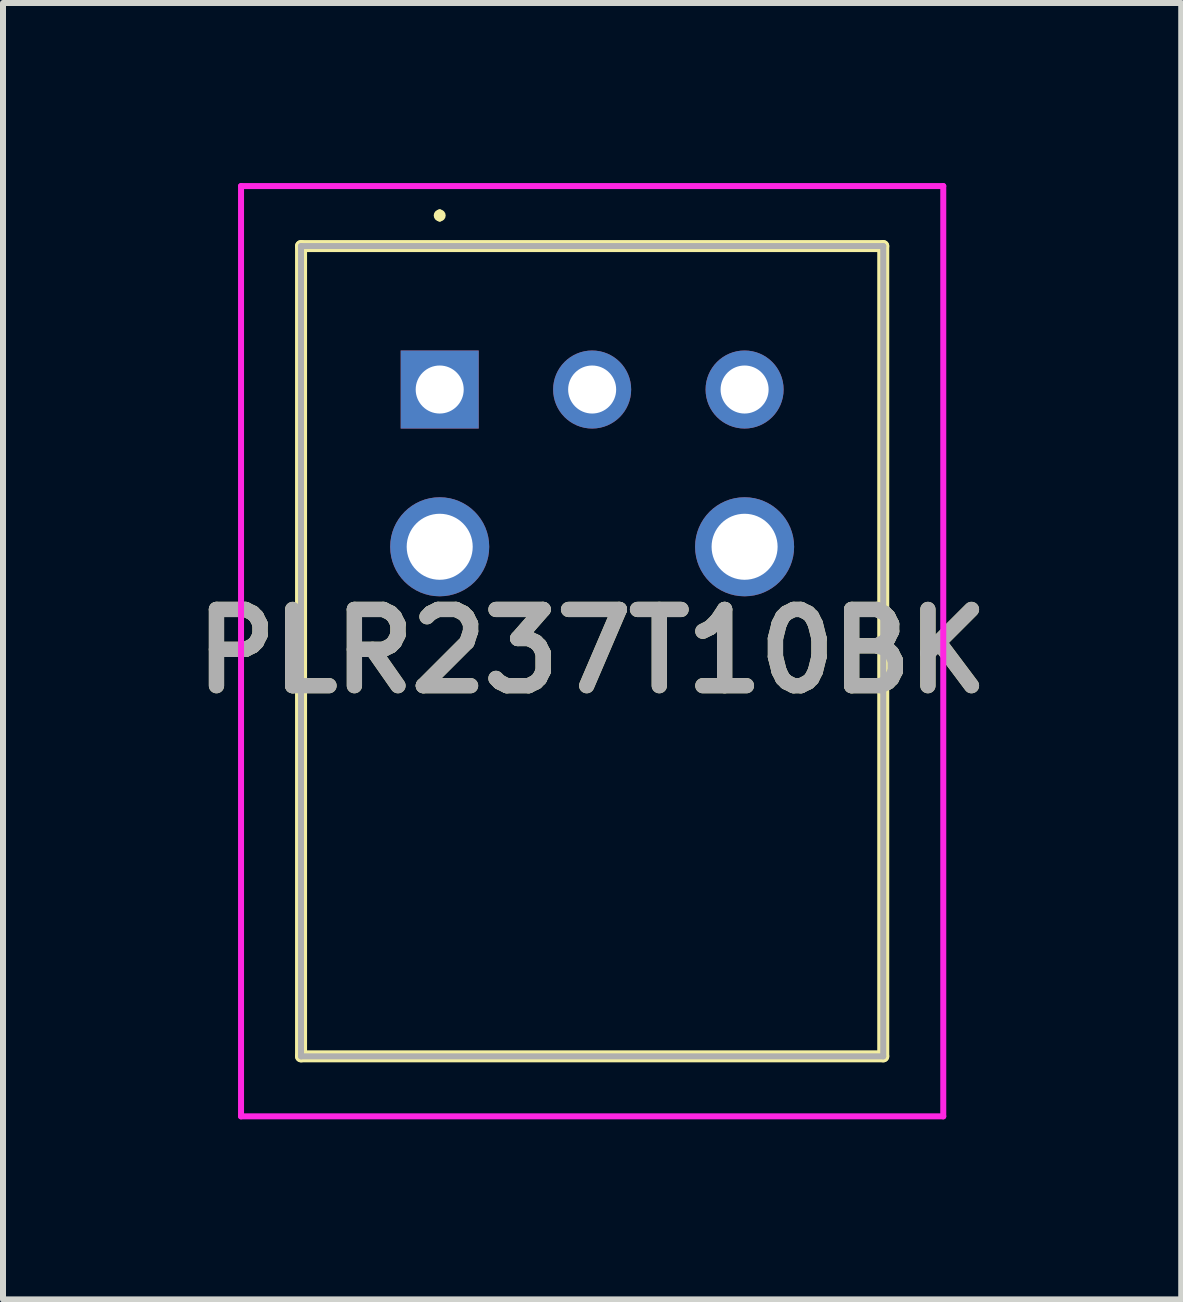
<source format=kicad_pcb>
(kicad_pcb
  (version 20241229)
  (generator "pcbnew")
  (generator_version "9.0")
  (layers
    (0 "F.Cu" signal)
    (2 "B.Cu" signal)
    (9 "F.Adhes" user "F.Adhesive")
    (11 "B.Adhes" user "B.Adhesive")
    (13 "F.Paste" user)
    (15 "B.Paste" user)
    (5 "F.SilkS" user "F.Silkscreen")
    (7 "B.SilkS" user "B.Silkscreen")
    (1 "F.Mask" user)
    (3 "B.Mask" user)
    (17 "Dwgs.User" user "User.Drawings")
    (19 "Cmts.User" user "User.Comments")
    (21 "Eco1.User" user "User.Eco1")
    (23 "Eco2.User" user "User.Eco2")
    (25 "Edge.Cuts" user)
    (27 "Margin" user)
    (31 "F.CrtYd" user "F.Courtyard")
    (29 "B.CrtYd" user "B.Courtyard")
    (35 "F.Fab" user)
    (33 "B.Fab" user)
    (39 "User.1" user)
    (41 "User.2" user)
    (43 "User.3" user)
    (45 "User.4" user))
  (footprint "PLR237T10BK"
    (layer "F.Cu")
    (at 4.276 3.44)
    (property "Reference" "PLR237T10BK" (at 2.54 4.36 0) (layer "F.SilkS") (effects (font (size 1.27 1.27) (thickness 0.254))))
    (attr through_hole)
    (fp_line (start -2.31 -2.39) (end -2.31 11.11) (stroke (width 0.2) (type solid)) (layer "F.SilkS"))
    (fp_line (start -2.31 11.11) (end 7.39 11.11) (stroke (width 0.2) (type solid)) (layer "F.SilkS"))
    (fp_line (start 0 -2.95) (end 0 -2.95) (stroke (width 0.1) (type solid)) (layer "F.SilkS"))
    (fp_line (start 0 -2.85) (end 0 -2.85) (stroke (width 0.1) (type solid)) (layer "F.SilkS"))
    (fp_line (start 7.39 -2.39) (end -2.31 -2.39) (stroke (width 0.2) (type solid)) (layer "F.SilkS"))
    (fp_line (start 7.39 11.11) (end 7.39 -2.39) (stroke (width 0.2) (type solid)) (layer "F.SilkS"))
    (fp_arc (start 0 -2.95) (mid 0.05 -2.9) (end 0 -2.85) (stroke (width 0.1) (type solid)) (layer "F.SilkS"))
    (fp_arc (start 0 -2.85) (mid -0.05 -2.9) (end 0 -2.95) (stroke (width 0.1) (type solid)) (layer "F.SilkS"))
    (fp_line (start -3.31 -3.39) (end -3.31 12.11) (stroke (width 0.1) (type solid)) (layer "F.CrtYd"))
    (fp_line (start -3.31 12.11) (end 8.39 12.11) (stroke (width 0.1) (type solid)) (layer "F.CrtYd"))
    (fp_line (start 8.39 -3.39) (end -3.31 -3.39) (stroke (width 0.1) (type solid)) (layer "F.CrtYd"))
    (fp_line (start 8.39 12.11) (end 8.39 -3.39) (stroke (width 0.1) (type solid)) (layer "F.CrtYd"))
    (fp_line (start -2.31 -2.39) (end -2.31 11.11) (stroke (width 0.1) (type solid)) (layer "F.Fab"))
    (fp_line (start -2.31 11.11) (end 7.39 11.11) (stroke (width 0.1) (type solid)) (layer "F.Fab"))
    (fp_line (start 7.39 -2.39) (end -2.31 -2.39) (stroke (width 0.1) (type solid)) (layer "F.Fab"))
    (fp_line (start 7.39 11.11) (end 7.39 -2.39) (stroke (width 0.1) (type solid)) (layer "F.Fab"))
    (fp_text user "${REFERENCE}" (at 2.54 4.36 0) (layer "F.Fab") (effects (font (size 1.27 1.27) (thickness 0.254))))
    (pad "1" thru_hole rect (at 0 0) (size 1.3 1.3) (drill 0.8) (layers "*.Cu" "*.Mask"))
    (pad "2" thru_hole circle (at 2.54 0) (size 1.3 1.3) (drill 0.8) (layers "*.Cu" "*.Mask"))
    (pad "3" thru_hole circle (at 5.08 0) (size 1.3 1.3) (drill 0.8) (layers "*.Cu" "*.Mask"))
    (pad "4" thru_hole circle (at 0 2.62) (size 1.65 1.65) (drill 1.1) (layers "*.Cu" "*.Mask"))
    (pad "5" thru_hole circle (at 5.08 2.62) (size 1.65 1.65) (drill 1.1) (layers "*.Cu" "*.Mask")))
  (gr_rect
    (start -3 -3)
    (end 16.631 18.6)
    (stroke (width 0.1) (type default))
    (fill no)
    (layer "Edge.Cuts")))
</source>
